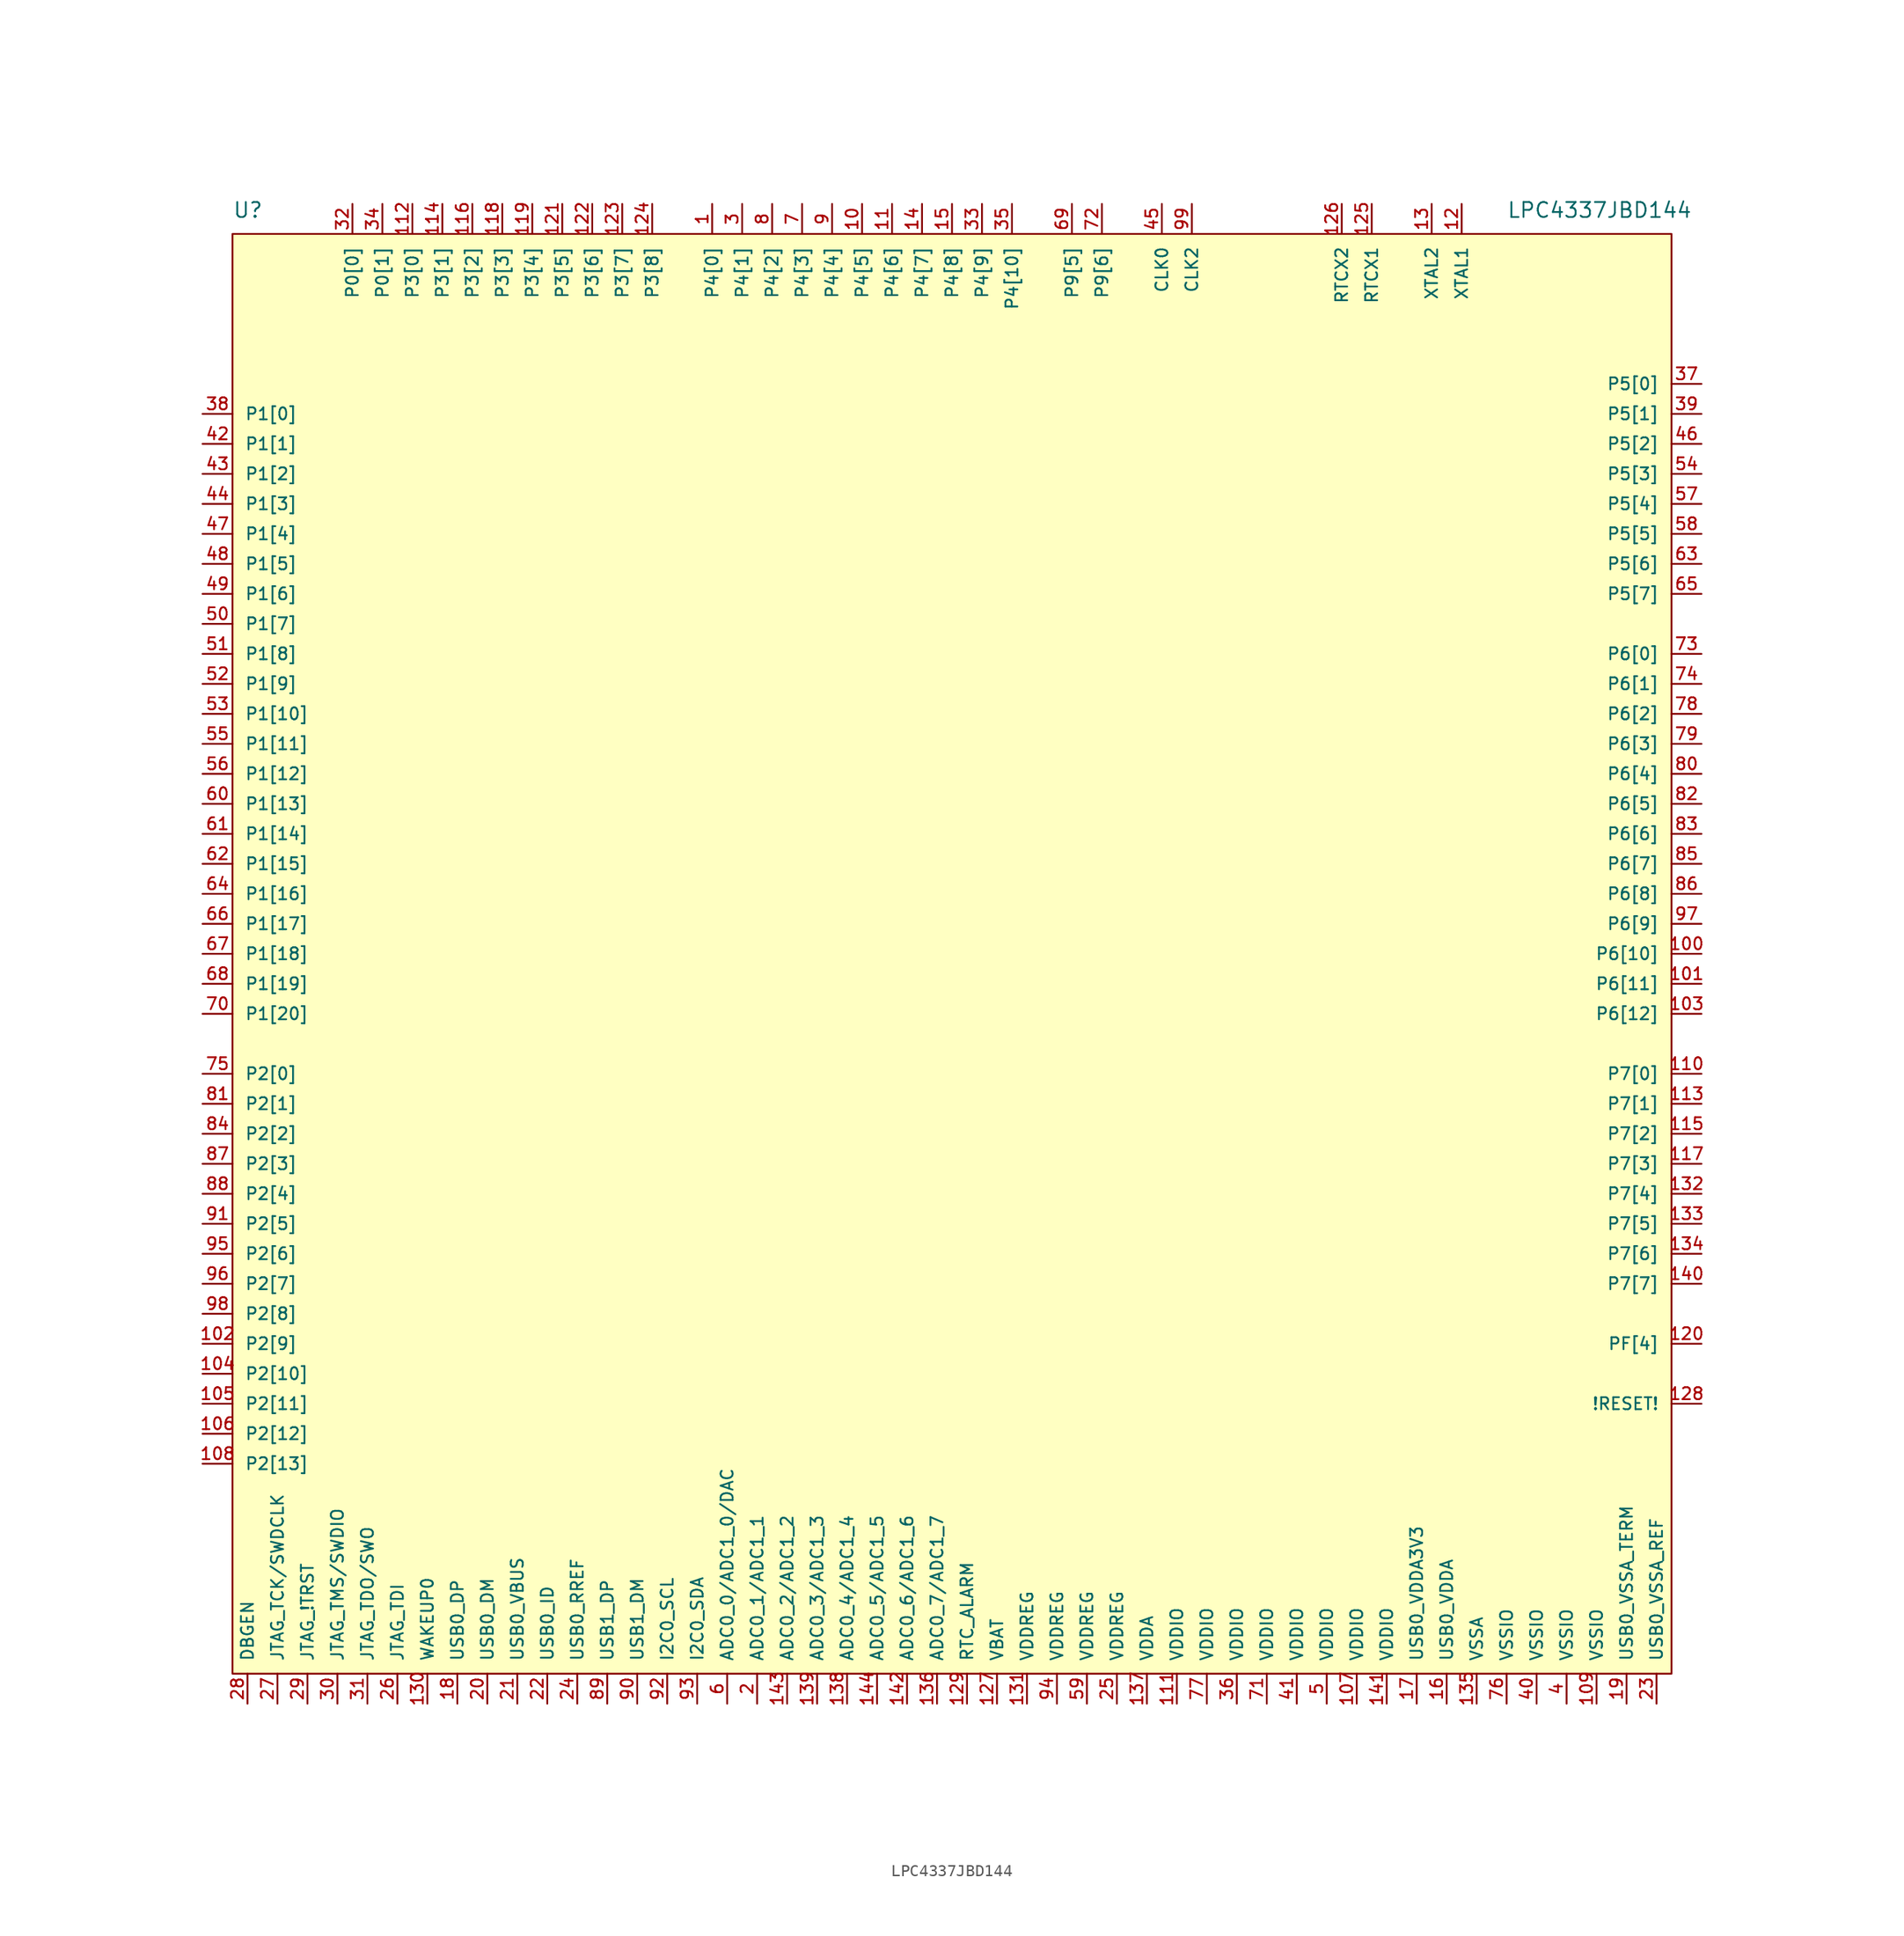
<source format=kicad_sym>
(kicad_symbol_lib
  (version 20211014)
  (generator kicad_symbol_editor)
  (symbol "LPC4337JBD144"
    (pin_names
      (offset 1.016))
    (property "Reference" "U"
      (at -60.96 62.23 0)
      (effects (font (size 1.27 1.27)) (justify left bottom)))
    (property "Value" "LPC4337JBD144"
      (at 46.99 62.23 0)
      (effects (font (size 1.27 1.27)) (justify left bottom)))
    (property "ki_locked" ""
      (at 0 0 0)
      (effects (font (size 1.27 1.27))))
    (symbol "LPC4337JBD144_0_0"
      (pin bidirectional line (at -20.32 63.5 270) (length 2.54) (name "P4[0]" (effects (font (size 1.016 1.016)))) (number "1" (effects (font (size 1.016 1.016)))))
      (pin bidirectional line (at -7.62 63.5 270) (length 2.54) (name "P4[5]" (effects (font (size 1.016 1.016)))) (number "10" (effects (font (size 1.016 1.016)))))
      (pin bidirectional line (at 63.5 0 180) (length 2.54) (name "P6[10]" (effects (font (size 1.016 1.016)))) (number "100" (effects (font (size 1.016 1.016)))))
      (pin bidirectional line (at 63.5 -2.54 180) (length 2.54) (name "P6[11]" (effects (font (size 1.016 1.016)))) (number "101" (effects (font (size 1.016 1.016)))))
      (pin bidirectional line (at -63.5 -33.02 0) (length 2.54) (name "P2[9]" (effects (font (size 1.016 1.016)))) (number "102" (effects (font (size 1.016 1.016)))))
      (pin bidirectional line (at 63.5 -5.08 180) (length 2.54) (name "P6[12]" (effects (font (size 1.016 1.016)))) (number "103" (effects (font (size 1.016 1.016)))))
      (pin bidirectional line (at -63.5 -35.56 0) (length 2.54) (name "P2[10]" (effects (font (size 1.016 1.016)))) (number "104" (effects (font (size 1.016 1.016)))))
      (pin bidirectional line (at -63.5 -38.1 0) (length 2.54) (name "P2[11]" (effects (font (size 1.016 1.016)))) (number "105" (effects (font (size 1.016 1.016)))))
      (pin bidirectional line (at -63.5 -40.64 0) (length 2.54) (name "P2[12]" (effects (font (size 1.016 1.016)))) (number "106" (effects (font (size 1.016 1.016)))))
      (pin input line (at 34.29 -63.5 90) (length 2.54) (name "VDDIO" (effects (font (size 1.016 1.016)))) (number "107" (effects (font (size 1.016 1.016)))))
      (pin bidirectional line (at -63.5 -43.18 0) (length 2.54) (name "P2[13]" (effects (font (size 1.016 1.016)))) (number "108" (effects (font (size 1.016 1.016)))))
      (pin input line (at 54.61 -63.5 90) (length 2.54) (name "VSSIO" (effects (font (size 1.016 1.016)))) (number "109" (effects (font (size 1.016 1.016)))))
      (pin bidirectional line (at -5.08 63.5 270) (length 2.54) (name "P4[6]" (effects (font (size 1.016 1.016)))) (number "11" (effects (font (size 1.016 1.016)))))
      (pin bidirectional line (at 63.5 -10.16 180) (length 2.54) (name "P7[0]" (effects (font (size 1.016 1.016)))) (number "110" (effects (font (size 1.016 1.016)))))
      (pin input line (at 19.05 -63.5 90) (length 2.54) (name "VDDIO" (effects (font (size 1.016 1.016)))) (number "111" (effects (font (size 1.016 1.016)))))
      (pin bidirectional line (at -45.72 63.5 270) (length 2.54) (name "P3[0]" (effects (font (size 1.016 1.016)))) (number "112" (effects (font (size 1.016 1.016)))))
      (pin bidirectional line (at 63.5 -12.7 180) (length 2.54) (name "P7[1]" (effects (font (size 1.016 1.016)))) (number "113" (effects (font (size 1.016 1.016)))))
      (pin bidirectional line (at -43.18 63.5 270) (length 2.54) (name "P3[1]" (effects (font (size 1.016 1.016)))) (number "114" (effects (font (size 1.016 1.016)))))
      (pin bidirectional line (at 63.5 -15.24 180) (length 2.54) (name "P7[2]" (effects (font (size 1.016 1.016)))) (number "115" (effects (font (size 1.016 1.016)))))
      (pin bidirectional line (at -40.64 63.5 270) (length 2.54) (name "P3[2]" (effects (font (size 1.016 1.016)))) (number "116" (effects (font (size 1.016 1.016)))))
      (pin bidirectional line (at 63.5 -17.78 180) (length 2.54) (name "P7[3]" (effects (font (size 1.016 1.016)))) (number "117" (effects (font (size 1.016 1.016)))))
      (pin bidirectional line (at -38.1 63.5 270) (length 2.54) (name "P3[3]" (effects (font (size 1.016 1.016)))) (number "118" (effects (font (size 1.016 1.016)))))
      (pin bidirectional line (at -35.56 63.5 270) (length 2.54) (name "P3[4]" (effects (font (size 1.016 1.016)))) (number "119" (effects (font (size 1.016 1.016)))))
      (pin input line (at 43.18 63.5 270) (length 2.54) (name "XTAL1" (effects (font (size 1.016 1.016)))) (number "12" (effects (font (size 1.016 1.016)))))
      (pin bidirectional line (at 63.5 -33.02 180) (length 2.54) (name "PF[4]" (effects (font (size 1.016 1.016)))) (number "120" (effects (font (size 1.016 1.016)))))
      (pin bidirectional line (at -33.02 63.5 270) (length 2.54) (name "P3[5]" (effects (font (size 1.016 1.016)))) (number "121" (effects (font (size 1.016 1.016)))))
      (pin bidirectional line (at -30.48 63.5 270) (length 2.54) (name "P3[6]" (effects (font (size 1.016 1.016)))) (number "122" (effects (font (size 1.016 1.016)))))
      (pin bidirectional line (at -27.94 63.5 270) (length 2.54) (name "P3[7]" (effects (font (size 1.016 1.016)))) (number "123" (effects (font (size 1.016 1.016)))))
      (pin bidirectional line (at -25.4 63.5 270) (length 2.54) (name "P3[8]" (effects (font (size 1.016 1.016)))) (number "124" (effects (font (size 1.016 1.016)))))
      (pin input line (at 35.56 63.5 270) (length 2.54) (name "RTCX1" (effects (font (size 1.016 1.016)))) (number "125" (effects (font (size 1.016 1.016)))))
      (pin output line (at 33.02 63.5 270) (length 2.54) (name "RTCX2" (effects (font (size 1.016 1.016)))) (number "126" (effects (font (size 1.016 1.016)))))
      (pin input line (at 3.81 -63.5 90) (length 2.54) (name "VBAT" (effects (font (size 1.016 1.016)))) (number "127" (effects (font (size 1.016 1.016)))))
      (pin input line (at 63.5 -38.1 180) (length 2.54) (name "!RESET!" (effects (font (size 1.016 1.016)))) (number "128" (effects (font (size 1.016 1.016)))))
      (pin output line (at 1.27 -63.5 90) (length 2.54) (name "RTC_ALARM" (effects (font (size 1.016 1.016)))) (number "129" (effects (font (size 1.016 1.016)))))
      (pin output line (at 40.64 63.5 270) (length 2.54) (name "XTAL2" (effects (font (size 1.016 1.016)))) (number "13" (effects (font (size 1.016 1.016)))))
      (pin input line (at -44.45 -63.5 90) (length 2.54) (name "WAKEUP0" (effects (font (size 1.016 1.016)))) (number "130" (effects (font (size 1.016 1.016)))))
      (pin input line (at 6.35 -63.5 90) (length 2.54) (name "VDDREG" (effects (font (size 1.016 1.016)))) (number "131" (effects (font (size 1.016 1.016)))))
      (pin bidirectional line (at 63.5 -20.32 180) (length 2.54) (name "P7[4]" (effects (font (size 1.016 1.016)))) (number "132" (effects (font (size 1.016 1.016)))))
      (pin bidirectional line (at 63.5 -22.86 180) (length 2.54) (name "P7[5]" (effects (font (size 1.016 1.016)))) (number "133" (effects (font (size 1.016 1.016)))))
      (pin bidirectional line (at 63.5 -25.4 180) (length 2.54) (name "P7[6]" (effects (font (size 1.016 1.016)))) (number "134" (effects (font (size 1.016 1.016)))))
      (pin input line (at 44.45 -63.5 90) (length 2.54) (name "VSSA" (effects (font (size 1.016 1.016)))) (number "135" (effects (font (size 1.016 1.016)))))
      (pin input line (at -1.27 -63.5 90) (length 2.54) (name "ADC0_7/ADC1_7" (effects (font (size 1.016 1.016)))) (number "136" (effects (font (size 1.016 1.016)))))
      (pin input line (at 16.51 -63.5 90) (length 2.54) (name "VDDA" (effects (font (size 1.016 1.016)))) (number "137" (effects (font (size 1.016 1.016)))))
      (pin input line (at -8.89 -63.5 90) (length 2.54) (name "ADC0_4/ADC1_4" (effects (font (size 1.016 1.016)))) (number "138" (effects (font (size 1.016 1.016)))))
      (pin input line (at -11.43 -63.5 90) (length 2.54) (name "ADC0_3/ADC1_3" (effects (font (size 1.016 1.016)))) (number "139" (effects (font (size 1.016 1.016)))))
      (pin bidirectional line (at -2.54 63.5 270) (length 2.54) (name "P4[7]" (effects (font (size 1.016 1.016)))) (number "14" (effects (font (size 1.016 1.016)))))
      (pin bidirectional line (at 63.5 -27.94 180) (length 2.54) (name "P7[7]" (effects (font (size 1.016 1.016)))) (number "140" (effects (font (size 1.016 1.016)))))
      (pin input line (at 36.83 -63.5 90) (length 2.54) (name "VDDIO" (effects (font (size 1.016 1.016)))) (number "141" (effects (font (size 1.016 1.016)))))
      (pin input line (at -3.81 -63.5 90) (length 2.54) (name "ADC0_6/ADC1_6" (effects (font (size 1.016 1.016)))) (number "142" (effects (font (size 1.016 1.016)))))
      (pin input line (at -13.97 -63.5 90) (length 2.54) (name "ADC0_2/ADC1_2" (effects (font (size 1.016 1.016)))) (number "143" (effects (font (size 1.016 1.016)))))
      (pin input line (at -6.35 -63.5 90) (length 2.54) (name "ADC0_5/ADC1_5" (effects (font (size 1.016 1.016)))) (number "144" (effects (font (size 1.016 1.016)))))
      (pin bidirectional line (at 0 63.5 270) (length 2.54) (name "P4[8]" (effects (font (size 1.016 1.016)))) (number "15" (effects (font (size 1.016 1.016)))))
      (pin input line (at 41.91 -63.5 90) (length 2.54) (name "USB0_VDDA" (effects (font (size 1.016 1.016)))) (number "16" (effects (font (size 1.016 1.016)))))
      (pin input line (at 39.37 -63.5 90) (length 2.54) (name "USB0_VDDA3V3" (effects (font (size 1.016 1.016)))) (number "17" (effects (font (size 1.016 1.016)))))
      (pin bidirectional line (at -41.91 -63.5 90) (length 2.54) (name "USB0_DP" (effects (font (size 1.016 1.016)))) (number "18" (effects (font (size 1.016 1.016)))))
      (pin input line (at 57.15 -63.5 90) (length 2.54) (name "USB0_VSSA_TERM" (effects (font (size 1.016 1.016)))) (number "19" (effects (font (size 1.016 1.016)))))
      (pin input line (at -16.51 -63.5 90) (length 2.54) (name "ADC0_1/ADC1_1" (effects (font (size 1.016 1.016)))) (number "2" (effects (font (size 1.016 1.016)))))
      (pin bidirectional line (at -39.37 -63.5 90) (length 2.54) (name "USB0_DM" (effects (font (size 1.016 1.016)))) (number "20" (effects (font (size 1.016 1.016)))))
      (pin bidirectional line (at -36.83 -63.5 90) (length 2.54) (name "USB0_VBUS" (effects (font (size 1.016 1.016)))) (number "21" (effects (font (size 1.016 1.016)))))
      (pin input line (at -34.29 -63.5 90) (length 2.54) (name "USB0_ID" (effects (font (size 1.016 1.016)))) (number "22" (effects (font (size 1.016 1.016)))))
      (pin input line (at 59.69 -63.5 90) (length 2.54) (name "USB0_VSSA_REF" (effects (font (size 1.016 1.016)))) (number "23" (effects (font (size 1.016 1.016)))))
      (pin passive line (at -31.75 -63.5 90) (length 2.54) (name "USB0_RREF" (effects (font (size 1.016 1.016)))) (number "24" (effects (font (size 1.016 1.016)))))
      (pin input line (at 13.97 -63.5 90) (length 2.54) (name "VDDREG" (effects (font (size 1.016 1.016)))) (number "25" (effects (font (size 1.016 1.016)))))
      (pin input line (at -46.99 -63.5 90) (length 2.54) (name "JTAG_TDI" (effects (font (size 1.016 1.016)))) (number "26" (effects (font (size 1.016 1.016)))))
      (pin input line (at -57.15 -63.5 90) (length 2.54) (name "JTAG_TCK/SWDCLK" (effects (font (size 1.016 1.016)))) (number "27" (effects (font (size 1.016 1.016)))))
      (pin input line (at -59.69 -63.5 90) (length 2.54) (name "DBGEN" (effects (font (size 1.016 1.016)))) (number "28" (effects (font (size 1.016 1.016)))))
      (pin input line (at -54.61 -63.5 90) (length 2.54) (name "JTAG_!TRST" (effects (font (size 1.016 1.016)))) (number "29" (effects (font (size 1.016 1.016)))))
      (pin bidirectional line (at -17.78 63.5 270) (length 2.54) (name "P4[1]" (effects (font (size 1.016 1.016)))) (number "3" (effects (font (size 1.016 1.016)))))
      (pin input line (at -52.07 -63.5 90) (length 2.54) (name "JTAG_TMS/SWDIO" (effects (font (size 1.016 1.016)))) (number "30" (effects (font (size 1.016 1.016)))))
      (pin output line (at -49.53 -63.5 90) (length 2.54) (name "JTAG_TDO/SWO" (effects (font (size 1.016 1.016)))) (number "31" (effects (font (size 1.016 1.016)))))
      (pin bidirectional line (at -50.8 63.5 270) (length 2.54) (name "P0[0]" (effects (font (size 1.016 1.016)))) (number "32" (effects (font (size 1.016 1.016)))))
      (pin bidirectional line (at 2.54 63.5 270) (length 2.54) (name "P4[9]" (effects (font (size 1.016 1.016)))) (number "33" (effects (font (size 1.016 1.016)))))
      (pin bidirectional line (at -48.26 63.5 270) (length 2.54) (name "P0[1]" (effects (font (size 1.016 1.016)))) (number "34" (effects (font (size 1.016 1.016)))))
      (pin bidirectional line (at 5.08 63.5 270) (length 2.54) (name "P4[10]" (effects (font (size 1.016 1.016)))) (number "35" (effects (font (size 1.016 1.016)))))
      (pin input line (at 24.13 -63.5 90) (length 2.54) (name "VDDIO" (effects (font (size 1.016 1.016)))) (number "36" (effects (font (size 1.016 1.016)))))
      (pin bidirectional line (at 63.5 48.26 180) (length 2.54) (name "P5[0]" (effects (font (size 1.016 1.016)))) (number "37" (effects (font (size 1.016 1.016)))))
      (pin bidirectional line (at -63.5 45.72 0) (length 2.54) (name "P1[0]" (effects (font (size 1.016 1.016)))) (number "38" (effects (font (size 1.016 1.016)))))
      (pin bidirectional line (at 63.5 45.72 180) (length 2.54) (name "P5[1]" (effects (font (size 1.016 1.016)))) (number "39" (effects (font (size 1.016 1.016)))))
      (pin input line (at 52.07 -63.5 90) (length 2.54) (name "VSSIO" (effects (font (size 1.016 1.016)))) (number "4" (effects (font (size 1.016 1.016)))))
      (pin input line (at 49.53 -63.5 90) (length 2.54) (name "VSSIO" (effects (font (size 1.016 1.016)))) (number "40" (effects (font (size 1.016 1.016)))))
      (pin input line (at 29.21 -63.5 90) (length 2.54) (name "VDDIO" (effects (font (size 1.016 1.016)))) (number "41" (effects (font (size 1.016 1.016)))))
      (pin bidirectional line (at -63.5 43.18 0) (length 2.54) (name "P1[1]" (effects (font (size 1.016 1.016)))) (number "42" (effects (font (size 1.016 1.016)))))
      (pin bidirectional line (at -63.5 40.64 0) (length 2.54) (name "P1[2]" (effects (font (size 1.016 1.016)))) (number "43" (effects (font (size 1.016 1.016)))))
      (pin bidirectional line (at -63.5 38.1 0) (length 2.54) (name "P1[3]" (effects (font (size 1.016 1.016)))) (number "44" (effects (font (size 1.016 1.016)))))
      (pin bidirectional line (at 17.78 63.5 270) (length 2.54) (name "CLK0" (effects (font (size 1.016 1.016)))) (number "45" (effects (font (size 1.016 1.016)))))
      (pin bidirectional line (at 63.5 43.18 180) (length 2.54) (name "P5[2]" (effects (font (size 1.016 1.016)))) (number "46" (effects (font (size 1.016 1.016)))))
      (pin bidirectional line (at -63.5 35.56 0) (length 2.54) (name "P1[4]" (effects (font (size 1.016 1.016)))) (number "47" (effects (font (size 1.016 1.016)))))
      (pin bidirectional line (at -63.5 33.02 0) (length 2.54) (name "P1[5]" (effects (font (size 1.016 1.016)))) (number "48" (effects (font (size 1.016 1.016)))))
      (pin bidirectional line (at -63.5 30.48 0) (length 2.54) (name "P1[6]" (effects (font (size 1.016 1.016)))) (number "49" (effects (font (size 1.016 1.016)))))
      (pin input line (at 31.75 -63.5 90) (length 2.54) (name "VDDIO" (effects (font (size 1.016 1.016)))) (number "5" (effects (font (size 1.016 1.016)))))
      (pin bidirectional line (at -63.5 27.94 0) (length 2.54) (name "P1[7]" (effects (font (size 1.016 1.016)))) (number "50" (effects (font (size 1.016 1.016)))))
      (pin bidirectional line (at -63.5 25.4 0) (length 2.54) (name "P1[8]" (effects (font (size 1.016 1.016)))) (number "51" (effects (font (size 1.016 1.016)))))
      (pin bidirectional line (at -63.5 22.86 0) (length 2.54) (name "P1[9]" (effects (font (size 1.016 1.016)))) (number "52" (effects (font (size 1.016 1.016)))))
      (pin bidirectional line (at -63.5 20.32 0) (length 2.54) (name "P1[10]" (effects (font (size 1.016 1.016)))) (number "53" (effects (font (size 1.016 1.016)))))
      (pin bidirectional line (at 63.5 40.64 180) (length 2.54) (name "P5[3]" (effects (font (size 1.016 1.016)))) (number "54" (effects (font (size 1.016 1.016)))))
      (pin bidirectional line (at -63.5 17.78 0) (length 2.54) (name "P1[11]" (effects (font (size 1.016 1.016)))) (number "55" (effects (font (size 1.016 1.016)))))
      (pin bidirectional line (at -63.5 15.24 0) (length 2.54) (name "P1[12]" (effects (font (size 1.016 1.016)))) (number "56" (effects (font (size 1.016 1.016)))))
      (pin bidirectional line (at 63.5 38.1 180) (length 2.54) (name "P5[4]" (effects (font (size 1.016 1.016)))) (number "57" (effects (font (size 1.016 1.016)))))
      (pin bidirectional line (at 63.5 35.56 180) (length 2.54) (name "P5[5]" (effects (font (size 1.016 1.016)))) (number "58" (effects (font (size 1.016 1.016)))))
      (pin input line (at 11.43 -63.5 90) (length 2.54) (name "VDDREG" (effects (font (size 1.016 1.016)))) (number "59" (effects (font (size 1.016 1.016)))))
      (pin input line (at -19.05 -63.5 90) (length 2.54) (name "ADC0_0/ADC1_0/DAC" (effects (font (size 1.016 1.016)))) (number "6" (effects (font (size 1.016 1.016)))))
      (pin bidirectional line (at -63.5 12.7 0) (length 2.54) (name "P1[13]" (effects (font (size 1.016 1.016)))) (number "60" (effects (font (size 1.016 1.016)))))
      (pin bidirectional line (at -63.5 10.16 0) (length 2.54) (name "P1[14]" (effects (font (size 1.016 1.016)))) (number "61" (effects (font (size 1.016 1.016)))))
      (pin bidirectional line (at -63.5 7.62 0) (length 2.54) (name "P1[15]" (effects (font (size 1.016 1.016)))) (number "62" (effects (font (size 1.016 1.016)))))
      (pin bidirectional line (at 63.5 33.02 180) (length 2.54) (name "P5[6]" (effects (font (size 1.016 1.016)))) (number "63" (effects (font (size 1.016 1.016)))))
      (pin bidirectional line (at -63.5 5.08 0) (length 2.54) (name "P1[16]" (effects (font (size 1.016 1.016)))) (number "64" (effects (font (size 1.016 1.016)))))
      (pin bidirectional line (at 63.5 30.48 180) (length 2.54) (name "P5[7]" (effects (font (size 1.016 1.016)))) (number "65" (effects (font (size 1.016 1.016)))))
      (pin bidirectional line (at -63.5 2.54 0) (length 2.54) (name "P1[17]" (effects (font (size 1.016 1.016)))) (number "66" (effects (font (size 1.016 1.016)))))
      (pin bidirectional line (at -63.5 0 0) (length 2.54) (name "P1[18]" (effects (font (size 1.016 1.016)))) (number "67" (effects (font (size 1.016 1.016)))))
      (pin bidirectional line (at -63.5 -2.54 0) (length 2.54) (name "P1[19]" (effects (font (size 1.016 1.016)))) (number "68" (effects (font (size 1.016 1.016)))))
      (pin bidirectional line (at 10.16 63.5 270) (length 2.54) (name "P9[5]" (effects (font (size 1.016 1.016)))) (number "69" (effects (font (size 1.016 1.016)))))
      (pin bidirectional line (at -12.7 63.5 270) (length 2.54) (name "P4[3]" (effects (font (size 1.016 1.016)))) (number "7" (effects (font (size 1.016 1.016)))))
      (pin bidirectional line (at -63.5 -5.08 0) (length 2.54) (name "P1[20]" (effects (font (size 1.016 1.016)))) (number "70" (effects (font (size 1.016 1.016)))))
      (pin input line (at 26.67 -63.5 90) (length 2.54) (name "VDDIO" (effects (font (size 1.016 1.016)))) (number "71" (effects (font (size 1.016 1.016)))))
      (pin bidirectional line (at 12.7 63.5 270) (length 2.54) (name "P9[6]" (effects (font (size 1.016 1.016)))) (number "72" (effects (font (size 1.016 1.016)))))
      (pin bidirectional line (at 63.5 25.4 180) (length 2.54) (name "P6[0]" (effects (font (size 1.016 1.016)))) (number "73" (effects (font (size 1.016 1.016)))))
      (pin bidirectional line (at 63.5 22.86 180) (length 2.54) (name "P6[1]" (effects (font (size 1.016 1.016)))) (number "74" (effects (font (size 1.016 1.016)))))
      (pin bidirectional line (at -63.5 -10.16 0) (length 2.54) (name "P2[0]" (effects (font (size 1.016 1.016)))) (number "75" (effects (font (size 1.016 1.016)))))
      (pin input line (at 46.99 -63.5 90) (length 2.54) (name "VSSIO" (effects (font (size 1.016 1.016)))) (number "76" (effects (font (size 1.016 1.016)))))
      (pin input line (at 21.59 -63.5 90) (length 2.54) (name "VDDIO" (effects (font (size 1.016 1.016)))) (number "77" (effects (font (size 1.016 1.016)))))
      (pin bidirectional line (at 63.5 20.32 180) (length 2.54) (name "P6[2]" (effects (font (size 1.016 1.016)))) (number "78" (effects (font (size 1.016 1.016)))))
      (pin bidirectional line (at 63.5 17.78 180) (length 2.54) (name "P6[3]" (effects (font (size 1.016 1.016)))) (number "79" (effects (font (size 1.016 1.016)))))
      (pin bidirectional line (at -15.24 63.5 270) (length 2.54) (name "P4[2]" (effects (font (size 1.016 1.016)))) (number "8" (effects (font (size 1.016 1.016)))))
      (pin bidirectional line (at 63.5 15.24 180) (length 2.54) (name "P6[4]" (effects (font (size 1.016 1.016)))) (number "80" (effects (font (size 1.016 1.016)))))
      (pin bidirectional line (at -63.5 -12.7 0) (length 2.54) (name "P2[1]" (effects (font (size 1.016 1.016)))) (number "81" (effects (font (size 1.016 1.016)))))
      (pin bidirectional line (at 63.5 12.7 180) (length 2.54) (name "P6[5]" (effects (font (size 1.016 1.016)))) (number "82" (effects (font (size 1.016 1.016)))))
      (pin bidirectional line (at 63.5 10.16 180) (length 2.54) (name "P6[6]" (effects (font (size 1.016 1.016)))) (number "83" (effects (font (size 1.016 1.016)))))
      (pin bidirectional line (at -63.5 -15.24 0) (length 2.54) (name "P2[2]" (effects (font (size 1.016 1.016)))) (number "84" (effects (font (size 1.016 1.016)))))
      (pin bidirectional line (at 63.5 7.62 180) (length 2.54) (name "P6[7]" (effects (font (size 1.016 1.016)))) (number "85" (effects (font (size 1.016 1.016)))))
      (pin bidirectional line (at 63.5 5.08 180) (length 2.54) (name "P6[8]" (effects (font (size 1.016 1.016)))) (number "86" (effects (font (size 1.016 1.016)))))
      (pin bidirectional line (at -63.5 -17.78 0) (length 2.54) (name "P2[3]" (effects (font (size 1.016 1.016)))) (number "87" (effects (font (size 1.016 1.016)))))
      (pin bidirectional line (at -63.5 -20.32 0) (length 2.54) (name "P2[4]" (effects (font (size 1.016 1.016)))) (number "88" (effects (font (size 1.016 1.016)))))
      (pin bidirectional line (at -29.21 -63.5 90) (length 2.54) (name "USB1_DP" (effects (font (size 1.016 1.016)))) (number "89" (effects (font (size 1.016 1.016)))))
      (pin bidirectional line (at -10.16 63.5 270) (length 2.54) (name "P4[4]" (effects (font (size 1.016 1.016)))) (number "9" (effects (font (size 1.016 1.016)))))
      (pin bidirectional line (at -26.67 -63.5 90) (length 2.54) (name "USB1_DM" (effects (font (size 1.016 1.016)))) (number "90" (effects (font (size 1.016 1.016)))))
      (pin bidirectional line (at -63.5 -22.86 0) (length 2.54) (name "P2[5]" (effects (font (size 1.016 1.016)))) (number "91" (effects (font (size 1.016 1.016)))))
      (pin bidirectional line (at -24.13 -63.5 90) (length 2.54) (name "I2C0_SCL" (effects (font (size 1.016 1.016)))) (number "92" (effects (font (size 1.016 1.016)))))
      (pin bidirectional line (at -21.59 -63.5 90) (length 2.54) (name "I2C0_SDA" (effects (font (size 1.016 1.016)))) (number "93" (effects (font (size 1.016 1.016)))))
      (pin input line (at 8.89 -63.5 90) (length 2.54) (name "VDDREG" (effects (font (size 1.016 1.016)))) (number "94" (effects (font (size 1.016 1.016)))))
      (pin bidirectional line (at -63.5 -25.4 0) (length 2.54) (name "P2[6]" (effects (font (size 1.016 1.016)))) (number "95" (effects (font (size 1.016 1.016)))))
      (pin bidirectional line (at -63.5 -27.94 0) (length 2.54) (name "P2[7]" (effects (font (size 1.016 1.016)))) (number "96" (effects (font (size 1.016 1.016)))))
      (pin bidirectional line (at 63.5 2.54 180) (length 2.54) (name "P6[9]" (effects (font (size 1.016 1.016)))) (number "97" (effects (font (size 1.016 1.016)))))
      (pin bidirectional line (at -63.5 -30.48 0) (length 2.54) (name "P2[8]" (effects (font (size 1.016 1.016)))) (number "98" (effects (font (size 1.016 1.016)))))
      (pin bidirectional line (at 20.32 63.5 270) (length 2.54) (name "CLK2" (effects (font (size 1.016 1.016)))) (number "99" (effects (font (size 1.016 1.016))))))
    (symbol "LPC4337JBD144_0_1"
      (rectangle (start -60.96 -60.96) (end 60.96 60.96) (stroke (width 0) (type default) (color 0 0 0 0)) (fill (type background))))))
</source>
